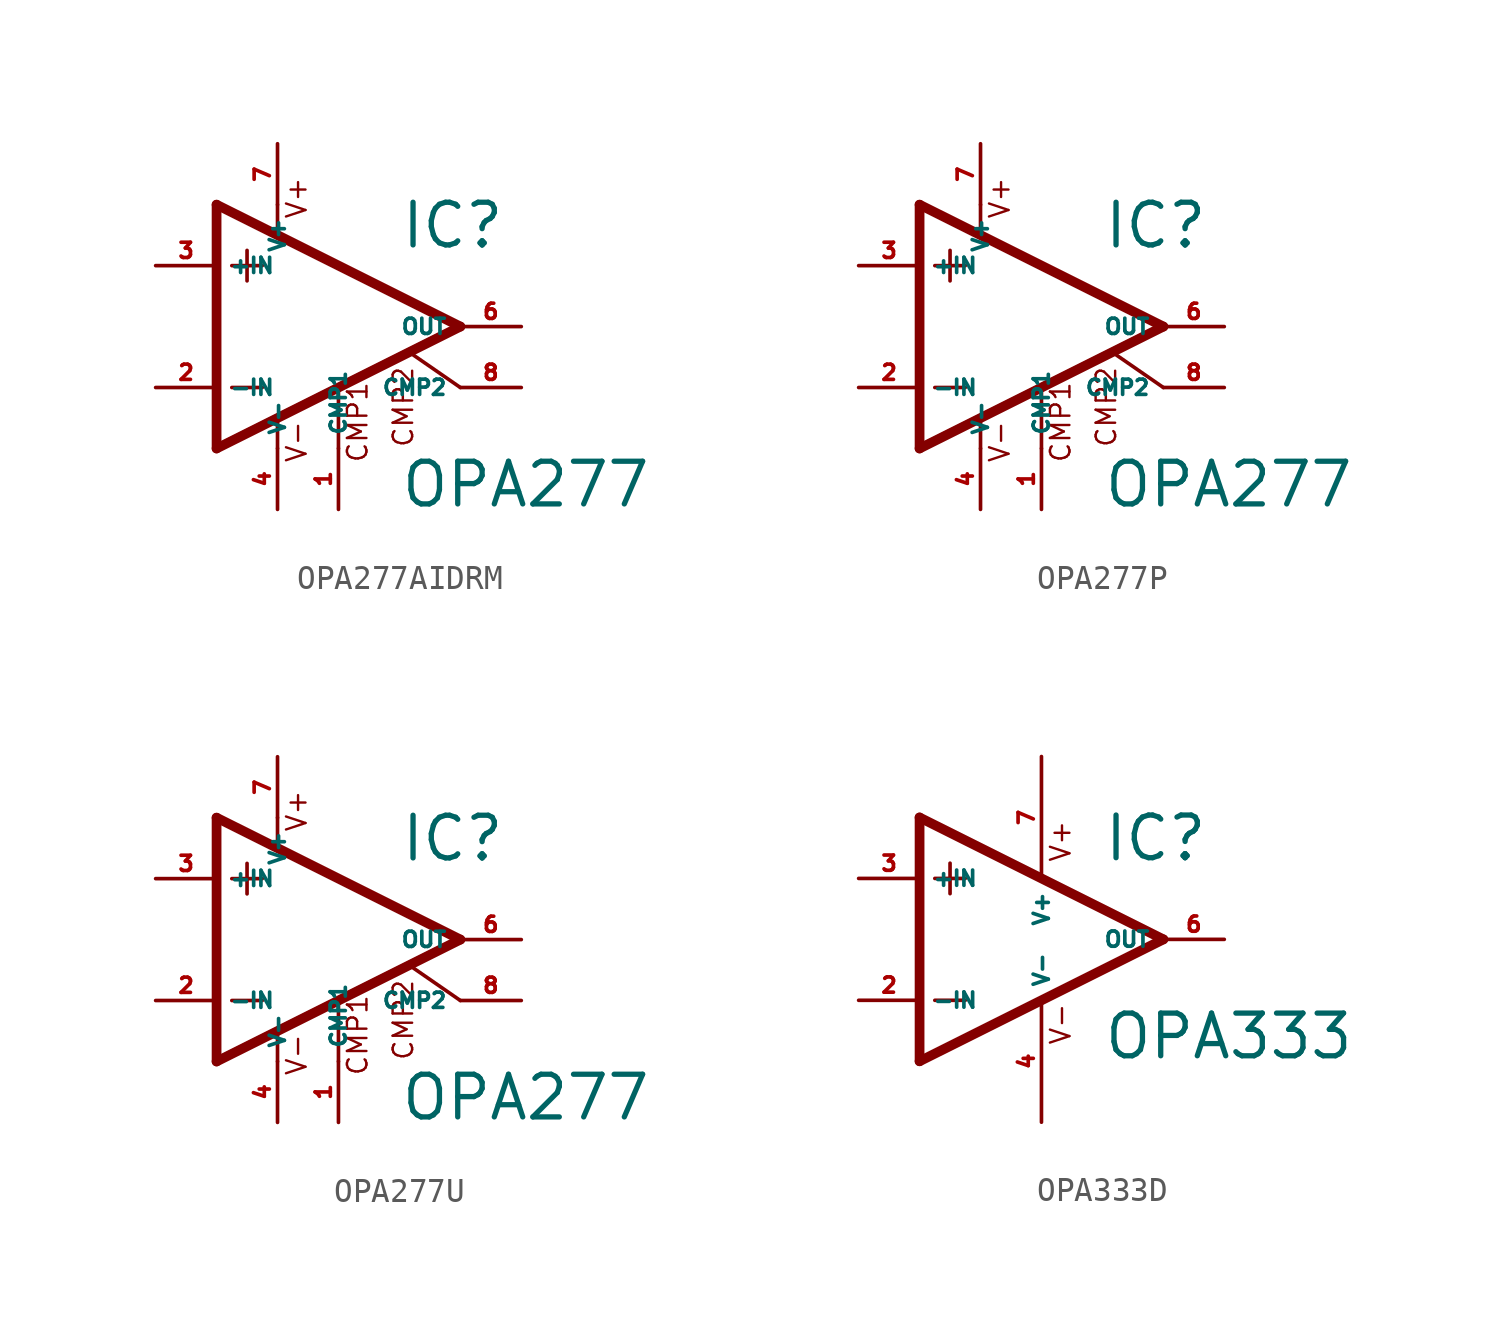
<source format=kicad_sym>
(kicad_symbol_lib
  (version 20220914)
  (generator Eagle2Kicad)
  (symbol "OPA277AIDRM"
    (property "Reference" "IC"
      (at 2.54 3.175 0)
      (effects (font (size 1.778 1.778) (thickness 0.22)) (justify left bottom)))
    (property "Value" "OPA277"
      (at 2.54 -7.62 0)
      (effects (font (size 1.778 1.778) (thickness 0.22)) (justify left bottom)))
    (polyline
      (pts (xy 0 -2.616) (xy 0 -5.08))
      (stroke (width 0.152) (type default))
      (fill (type none)))
    (polyline
      (pts (xy -2.54 5.08) (xy -2.54 3.886))
      (stroke (width 0.152) (type default))
      (fill (type none)))
    (polyline
      (pts (xy -5.08 5.08) (xy -5.08 -5.08))
      (stroke (width 0.406) (type default))
      (fill (type none)))
    (polyline
      (pts (xy -5.08 -5.08) (xy 5.08 0))
      (stroke (width 0.406) (type default))
      (fill (type none)))
    (polyline
      (pts (xy 5.08 0) (xy -5.08 5.08))
      (stroke (width 0.406) (type default))
      (fill (type none)))
    (polyline
      (pts (xy -3.81 3.175) (xy -3.81 1.905))
      (stroke (width 0.152) (type default))
      (fill (type none)))
    (polyline
      (pts (xy -4.445 2.54) (xy -3.175 2.54))
      (stroke (width 0.152) (type default))
      (fill (type none)))
    (polyline
      (pts (xy -4.445 -2.54) (xy -3.175 -2.54))
      (stroke (width 0.152) (type default))
      (fill (type none)))
    (polyline
      (pts (xy 5.08 -2.54) (xy 3.023 -1.118))
      (stroke (width 0.152) (type default))
      (fill (type none)))
    (polyline
      (pts (xy -2.54 -3.886) (xy -2.54 -5.08))
      (stroke (width 0.152) (type default))
      (fill (type none)))
    (text "CMP1"
      (at 1.27 -5.715 900)
      (effects (font (size 0.813 0.813) (thickness 0.10)) (justify left bottom)))
    (text "CMP2"
      (at 3.175 -5.08 900)
      (effects (font (size 0.813 0.813) (thickness 0.10)) (justify left bottom)))
    (text "V+"
      (at -1.27 4.445 900)
      (effects (font (size 0.813 0.813) (thickness 0.10)) (justify left bottom)))
    (text "V-"
      (at -1.27 -5.715 900)
      (effects (font (size 0.813 0.813) (thickness 0.10)) (justify left bottom)))
    (pin passive line
      (at 0 -7.62 90)
      (length 2.54)
      (name "CMP1" (effects (font (size 0.635 0.635) (thickness 0.08)) (justify left bottom)))
      (number "1" (effects (font (size 0.635 0.635) (thickness 0.08)) (justify left bottom))))
    (pin input line
      (at -7.62 -2.54 0)
      (length 2.54)
      (name "-IN" (effects (font (size 0.635 0.635) (thickness 0.08)) (justify left bottom)))
      (number "2" (effects (font (size 0.635 0.635) (thickness 0.08)) (justify left bottom))))
    (pin input line
      (at -7.62 2.54 0)
      (length 2.54)
      (name "+IN" (effects (font (size 0.635 0.635) (thickness 0.08)) (justify left bottom)))
      (number "3" (effects (font (size 0.635 0.635) (thickness 0.08)) (justify left bottom))))
    (pin passive line
      (at 7.62 -2.54 180)
      (length 2.54)
      (name "CMP2" (effects (font (size 0.635 0.635) (thickness 0.08)) (justify left bottom)))
      (number "8" (effects (font (size 0.635 0.635) (thickness 0.08)) (justify left bottom))))
    (pin output line
      (at 7.62 0 180)
      (length 2.54)
      (name "OUT" (effects (font (size 0.635 0.635) (thickness 0.08)) (justify left bottom)))
      (number "6" (effects (font (size 0.635 0.635) (thickness 0.08)) (justify left bottom))))
    (pin unspecified line
      (at -2.54 7.62 270)
      (length 2.54)
      (name "V+" (effects (font (size 0.635 0.635) (thickness 0.08)) (justify left bottom)))
      (number "7" (effects (font (size 0.635 0.635) (thickness 0.08)) (justify left bottom))))
    (pin unspecified line
      (at -2.54 -7.62 90)
      (length 2.54)
      (name "V-" (effects (font (size 0.635 0.635) (thickness 0.08)) (justify left bottom)))
      (number "4" (effects (font (size 0.635 0.635) (thickness 0.08)) (justify left bottom)))))
  (symbol "OPA277P"
    (property "Reference" "IC"
      (at 2.54 3.175 0)
      (effects (font (size 1.778 1.778) (thickness 0.22)) (justify left bottom)))
    (property "Value" "OPA277"
      (at 2.54 -7.62 0)
      (effects (font (size 1.778 1.778) (thickness 0.22)) (justify left bottom)))
    (polyline
      (pts (xy 0 -2.616) (xy 0 -5.08))
      (stroke (width 0.152) (type default))
      (fill (type none)))
    (polyline
      (pts (xy -2.54 5.08) (xy -2.54 3.886))
      (stroke (width 0.152) (type default))
      (fill (type none)))
    (polyline
      (pts (xy -5.08 5.08) (xy -5.08 -5.08))
      (stroke (width 0.406) (type default))
      (fill (type none)))
    (polyline
      (pts (xy -5.08 -5.08) (xy 5.08 0))
      (stroke (width 0.406) (type default))
      (fill (type none)))
    (polyline
      (pts (xy 5.08 0) (xy -5.08 5.08))
      (stroke (width 0.406) (type default))
      (fill (type none)))
    (polyline
      (pts (xy -3.81 3.175) (xy -3.81 1.905))
      (stroke (width 0.152) (type default))
      (fill (type none)))
    (polyline
      (pts (xy -4.445 2.54) (xy -3.175 2.54))
      (stroke (width 0.152) (type default))
      (fill (type none)))
    (polyline
      (pts (xy -4.445 -2.54) (xy -3.175 -2.54))
      (stroke (width 0.152) (type default))
      (fill (type none)))
    (polyline
      (pts (xy 5.08 -2.54) (xy 3.023 -1.118))
      (stroke (width 0.152) (type default))
      (fill (type none)))
    (polyline
      (pts (xy -2.54 -3.886) (xy -2.54 -5.08))
      (stroke (width 0.152) (type default))
      (fill (type none)))
    (text "CMP1"
      (at 1.27 -5.715 900)
      (effects (font (size 0.813 0.813) (thickness 0.10)) (justify left bottom)))
    (text "CMP2"
      (at 3.175 -5.08 900)
      (effects (font (size 0.813 0.813) (thickness 0.10)) (justify left bottom)))
    (text "V+"
      (at -1.27 4.445 900)
      (effects (font (size 0.813 0.813) (thickness 0.10)) (justify left bottom)))
    (text "V-"
      (at -1.27 -5.715 900)
      (effects (font (size 0.813 0.813) (thickness 0.10)) (justify left bottom)))
    (pin passive line
      (at 0 -7.62 90)
      (length 2.54)
      (name "CMP1" (effects (font (size 0.635 0.635) (thickness 0.08)) (justify left bottom)))
      (number "1" (effects (font (size 0.635 0.635) (thickness 0.08)) (justify left bottom))))
    (pin input line
      (at -7.62 -2.54 0)
      (length 2.54)
      (name "-IN" (effects (font (size 0.635 0.635) (thickness 0.08)) (justify left bottom)))
      (number "2" (effects (font (size 0.635 0.635) (thickness 0.08)) (justify left bottom))))
    (pin input line
      (at -7.62 2.54 0)
      (length 2.54)
      (name "+IN" (effects (font (size 0.635 0.635) (thickness 0.08)) (justify left bottom)))
      (number "3" (effects (font (size 0.635 0.635) (thickness 0.08)) (justify left bottom))))
    (pin passive line
      (at 7.62 -2.54 180)
      (length 2.54)
      (name "CMP2" (effects (font (size 0.635 0.635) (thickness 0.08)) (justify left bottom)))
      (number "8" (effects (font (size 0.635 0.635) (thickness 0.08)) (justify left bottom))))
    (pin output line
      (at 7.62 0 180)
      (length 2.54)
      (name "OUT" (effects (font (size 0.635 0.635) (thickness 0.08)) (justify left bottom)))
      (number "6" (effects (font (size 0.635 0.635) (thickness 0.08)) (justify left bottom))))
    (pin unspecified line
      (at -2.54 7.62 270)
      (length 2.54)
      (name "V+" (effects (font (size 0.635 0.635) (thickness 0.08)) (justify left bottom)))
      (number "7" (effects (font (size 0.635 0.635) (thickness 0.08)) (justify left bottom))))
    (pin unspecified line
      (at -2.54 -7.62 90)
      (length 2.54)
      (name "V-" (effects (font (size 0.635 0.635) (thickness 0.08)) (justify left bottom)))
      (number "4" (effects (font (size 0.635 0.635) (thickness 0.08)) (justify left bottom)))))
  (symbol "OPA277U"
    (property "Reference" "IC"
      (at 2.54 3.175 0)
      (effects (font (size 1.778 1.778) (thickness 0.22)) (justify left bottom)))
    (property "Value" "OPA277"
      (at 2.54 -7.62 0)
      (effects (font (size 1.778 1.778) (thickness 0.22)) (justify left bottom)))
    (polyline
      (pts (xy 0 -2.616) (xy 0 -5.08))
      (stroke (width 0.152) (type default))
      (fill (type none)))
    (polyline
      (pts (xy -2.54 5.08) (xy -2.54 3.886))
      (stroke (width 0.152) (type default))
      (fill (type none)))
    (polyline
      (pts (xy -5.08 5.08) (xy -5.08 -5.08))
      (stroke (width 0.406) (type default))
      (fill (type none)))
    (polyline
      (pts (xy -5.08 -5.08) (xy 5.08 0))
      (stroke (width 0.406) (type default))
      (fill (type none)))
    (polyline
      (pts (xy 5.08 0) (xy -5.08 5.08))
      (stroke (width 0.406) (type default))
      (fill (type none)))
    (polyline
      (pts (xy -3.81 3.175) (xy -3.81 1.905))
      (stroke (width 0.152) (type default))
      (fill (type none)))
    (polyline
      (pts (xy -4.445 2.54) (xy -3.175 2.54))
      (stroke (width 0.152) (type default))
      (fill (type none)))
    (polyline
      (pts (xy -4.445 -2.54) (xy -3.175 -2.54))
      (stroke (width 0.152) (type default))
      (fill (type none)))
    (polyline
      (pts (xy 5.08 -2.54) (xy 3.023 -1.118))
      (stroke (width 0.152) (type default))
      (fill (type none)))
    (polyline
      (pts (xy -2.54 -3.886) (xy -2.54 -5.08))
      (stroke (width 0.152) (type default))
      (fill (type none)))
    (text "CMP1"
      (at 1.27 -5.715 900)
      (effects (font (size 0.813 0.813) (thickness 0.10)) (justify left bottom)))
    (text "CMP2"
      (at 3.175 -5.08 900)
      (effects (font (size 0.813 0.813) (thickness 0.10)) (justify left bottom)))
    (text "V+"
      (at -1.27 4.445 900)
      (effects (font (size 0.813 0.813) (thickness 0.10)) (justify left bottom)))
    (text "V-"
      (at -1.27 -5.715 900)
      (effects (font (size 0.813 0.813) (thickness 0.10)) (justify left bottom)))
    (pin passive line
      (at 0 -7.62 90)
      (length 2.54)
      (name "CMP1" (effects (font (size 0.635 0.635) (thickness 0.08)) (justify left bottom)))
      (number "1" (effects (font (size 0.635 0.635) (thickness 0.08)) (justify left bottom))))
    (pin input line
      (at -7.62 -2.54 0)
      (length 2.54)
      (name "-IN" (effects (font (size 0.635 0.635) (thickness 0.08)) (justify left bottom)))
      (number "2" (effects (font (size 0.635 0.635) (thickness 0.08)) (justify left bottom))))
    (pin input line
      (at -7.62 2.54 0)
      (length 2.54)
      (name "+IN" (effects (font (size 0.635 0.635) (thickness 0.08)) (justify left bottom)))
      (number "3" (effects (font (size 0.635 0.635) (thickness 0.08)) (justify left bottom))))
    (pin passive line
      (at 7.62 -2.54 180)
      (length 2.54)
      (name "CMP2" (effects (font (size 0.635 0.635) (thickness 0.08)) (justify left bottom)))
      (number "8" (effects (font (size 0.635 0.635) (thickness 0.08)) (justify left bottom))))
    (pin output line
      (at 7.62 0 180)
      (length 2.54)
      (name "OUT" (effects (font (size 0.635 0.635) (thickness 0.08)) (justify left bottom)))
      (number "6" (effects (font (size 0.635 0.635) (thickness 0.08)) (justify left bottom))))
    (pin unspecified line
      (at -2.54 7.62 270)
      (length 2.54)
      (name "V+" (effects (font (size 0.635 0.635) (thickness 0.08)) (justify left bottom)))
      (number "7" (effects (font (size 0.635 0.635) (thickness 0.08)) (justify left bottom))))
    (pin unspecified line
      (at -2.54 -7.62 90)
      (length 2.54)
      (name "V-" (effects (font (size 0.635 0.635) (thickness 0.08)) (justify left bottom)))
      (number "4" (effects (font (size 0.635 0.635) (thickness 0.08)) (justify left bottom)))))
  (symbol "OPA333D"
    (property "Reference" "IC"
      (at 2.54 3.175 0)
      (effects (font (size 1.778 1.778) (thickness 0.22)) (justify left bottom)))
    (property "Value" "OPA333"
      (at 2.54 -5.08 0)
      (effects (font (size 1.778 1.778) (thickness 0.22)) (justify left bottom)))
    (polyline
      (pts (xy -5.08 5.08) (xy -5.08 -5.08))
      (stroke (width 0.406) (type default))
      (fill (type none)))
    (polyline
      (pts (xy -5.08 -5.08) (xy 5.08 0))
      (stroke (width 0.406) (type default))
      (fill (type none)))
    (polyline
      (pts (xy 5.08 0) (xy -5.08 5.08))
      (stroke (width 0.406) (type default))
      (fill (type none)))
    (polyline
      (pts (xy -3.81 3.175) (xy -3.81 1.905))
      (stroke (width 0.152) (type default))
      (fill (type none)))
    (polyline
      (pts (xy -4.445 2.54) (xy -3.175 2.54))
      (stroke (width 0.152) (type default))
      (fill (type none)))
    (polyline
      (pts (xy -4.445 -2.54) (xy -3.175 -2.54))
      (stroke (width 0.152) (type default))
      (fill (type none)))
    (text "V+"
      (at 1.27 3.175 900)
      (effects (font (size 0.813 0.813) (thickness 0.10)) (justify left bottom)))
    (text "V-"
      (at 1.27 -4.445 900)
      (effects (font (size 0.813 0.813) (thickness 0.10)) (justify left bottom)))
    (pin input line
      (at -7.62 -2.54 0)
      (length 2.54)
      (name "-IN" (effects (font (size 0.635 0.635) (thickness 0.08)) (justify left bottom)))
      (number "2" (effects (font (size 0.635 0.635) (thickness 0.08)) (justify left bottom))))
    (pin input line
      (at -7.62 2.54 0)
      (length 2.54)
      (name "+IN" (effects (font (size 0.635 0.635) (thickness 0.08)) (justify left bottom)))
      (number "3" (effects (font (size 0.635 0.635) (thickness 0.08)) (justify left bottom))))
    (pin output line
      (at 7.62 0 180)
      (length 2.54)
      (name "OUT" (effects (font (size 0.635 0.635) (thickness 0.08)) (justify left bottom)))
      (number "6" (effects (font (size 0.635 0.635) (thickness 0.08)) (justify left bottom))))
    (pin unspecified line
      (at 0 7.62 270)
      (length 5.08)
      (name "V+" (effects (font (size 0.635 0.635) (thickness 0.08)) (justify left bottom)))
      (number "7" (effects (font (size 0.635 0.635) (thickness 0.08)) (justify left bottom))))
    (pin unspecified line
      (at 0 -7.62 90)
      (length 5.08)
      (name "V-" (effects (font (size 0.635 0.635) (thickness 0.08)) (justify left bottom)))
      (number "4" (effects (font (size 0.635 0.635) (thickness 0.08)) (justify left bottom))))))
</source>
